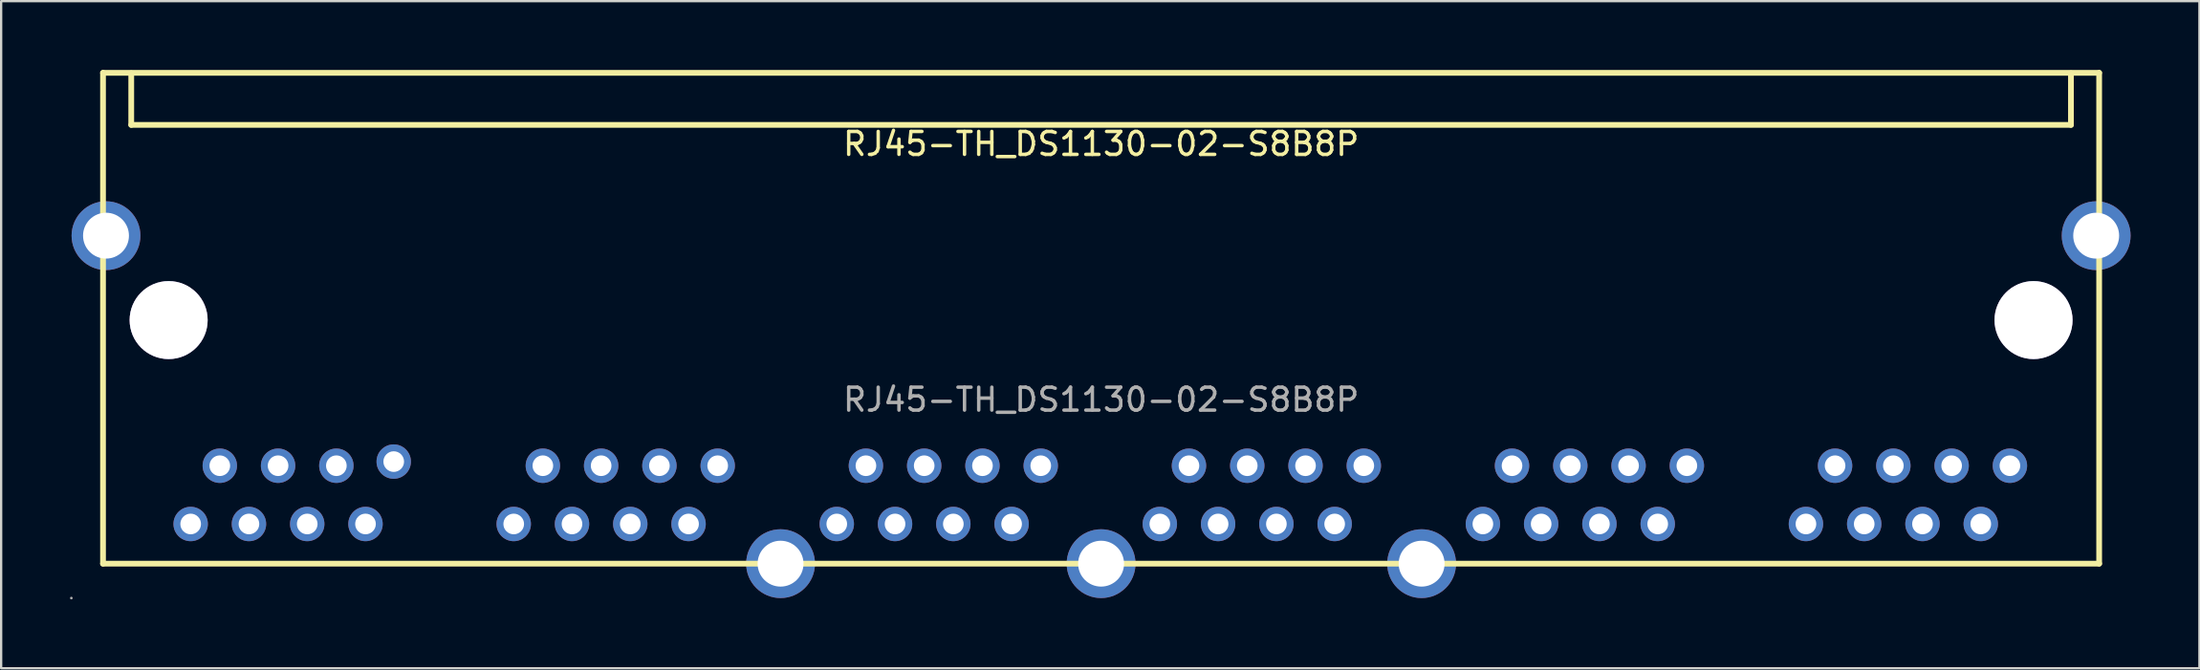
<source format=kicad_pcb>
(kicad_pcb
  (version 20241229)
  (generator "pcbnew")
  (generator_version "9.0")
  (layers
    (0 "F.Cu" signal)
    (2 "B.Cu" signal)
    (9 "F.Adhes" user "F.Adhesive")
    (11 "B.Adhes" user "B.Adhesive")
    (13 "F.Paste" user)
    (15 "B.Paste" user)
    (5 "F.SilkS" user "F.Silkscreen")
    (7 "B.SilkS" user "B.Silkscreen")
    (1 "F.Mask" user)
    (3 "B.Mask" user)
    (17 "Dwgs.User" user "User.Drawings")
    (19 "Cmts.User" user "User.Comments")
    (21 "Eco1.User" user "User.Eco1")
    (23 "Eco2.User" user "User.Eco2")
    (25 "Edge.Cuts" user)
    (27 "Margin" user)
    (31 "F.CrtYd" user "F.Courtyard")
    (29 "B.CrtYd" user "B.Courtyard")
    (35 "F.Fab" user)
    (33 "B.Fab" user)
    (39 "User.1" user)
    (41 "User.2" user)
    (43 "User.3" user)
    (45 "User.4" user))
  (footprint "RJ45-TH_DS1130-02-S8B8P"
    (layer "F.Cu")
    (at 44.94 14.375)
    (property "Reference" "RJ45-TH_DS1130-02-S8B8P" (at 0 -11.15 0) (layer "F.SilkS") (effects (font (size 1 1) (thickness 0.15))))
    (attr through_hole)
    (fp_line (start -43.5 -14.25) (end -43.5 7.15) (stroke (width 0.25) (type solid)) (layer "F.SilkS"))
    (fp_line (start -43.5 -14.25) (end 43.5 -14.25) (stroke (width 0.25) (type solid)) (layer "F.SilkS"))
    (fp_line (start -42.27 -14.23) (end -42.27 -11.98) (stroke (width 0.25) (type solid)) (layer "F.SilkS"))
    (fp_line (start -42.27 -11.98) (end 42.27 -11.98) (stroke (width 0.25) (type solid)) (layer "F.SilkS"))
    (fp_line (start 42.27 -14.23) (end 42.27 -11.98) (stroke (width 0.25) (type solid)) (layer "F.SilkS"))
    (fp_line (start 43.5 7.15) (end -43.5 7.15) (stroke (width 0.25) (type solid)) (layer "F.SilkS"))
    (fp_line (start 43.5 7.15) (end 43.5 -14.25) (stroke (width 0.25) (type solid)) (layer "F.SilkS"))
    (fp_circle (center -44.88 8.65) (end -44.85 8.65) (stroke (width 0.06) (type solid)) (fill no) (layer "F.Fab"))
    (fp_circle (center -43.38 -7.15) (end -42.93 -7.15) (stroke (width 0.9) (type solid)) (fill no) (layer "F.Fab"))
    (fp_circle (center -40.64 -3.47) (end -39.84 -3.47) (stroke (width 1.6) (type solid)) (fill no) (layer "F.Fab"))
    (fp_circle (center -39.68 5.42) (end -39.5 5.42) (stroke (width 0.35) (type solid)) (fill no) (layer "F.Fab"))
    (fp_circle (center -38.41 2.88) (end -38.23 2.88) (stroke (width 0.35) (type solid)) (fill no) (layer "F.Fab"))
    (fp_circle (center -37.14 5.42) (end -36.96 5.42) (stroke (width 0.35) (type solid)) (fill no) (layer "F.Fab"))
    (fp_circle (center -35.87 2.88) (end -35.69 2.88) (stroke (width 0.35) (type solid)) (fill no) (layer "F.Fab"))
    (fp_circle (center -34.6 5.42) (end -34.42 5.42) (stroke (width 0.35) (type solid)) (fill no) (layer "F.Fab"))
    (fp_circle (center -33.33 2.88) (end -33.15 2.88) (stroke (width 0.35) (type solid)) (fill no) (layer "F.Fab"))
    (fp_circle (center -32.06 5.42) (end -31.88 5.42) (stroke (width 0.35) (type solid)) (fill no) (layer "F.Fab"))
    (fp_circle (center -30.83 2.7) (end -30.65 2.7) (stroke (width 0.35) (type solid)) (fill no) (layer "F.Fab"))
    (fp_circle (center -25.6 5.42) (end -25.42 5.42) (stroke (width 0.35) (type solid)) (fill no) (layer "F.Fab"))
    (fp_circle (center -24.33 2.88) (end -24.15 2.88) (stroke (width 0.35) (type solid)) (fill no) (layer "F.Fab"))
    (fp_circle (center -23.06 5.42) (end -22.88 5.42) (stroke (width 0.35) (type solid)) (fill no) (layer "F.Fab"))
    (fp_circle (center -21.79 2.88) (end -21.61 2.88) (stroke (width 0.35) (type solid)) (fill no) (layer "F.Fab"))
    (fp_circle (center -20.52 5.42) (end -20.34 5.42) (stroke (width 0.35) (type solid)) (fill no) (layer "F.Fab"))
    (fp_circle (center -19.25 2.88) (end -19.07 2.88) (stroke (width 0.35) (type solid)) (fill no) (layer "F.Fab"))
    (fp_circle (center -17.98 5.42) (end -17.8 5.42) (stroke (width 0.35) (type solid)) (fill no) (layer "F.Fab"))
    (fp_circle (center -16.71 2.88) (end -16.53 2.88) (stroke (width 0.35) (type solid)) (fill no) (layer "F.Fab"))
    (fp_circle (center -13.97 7.15) (end -13.52 7.15) (stroke (width 0.9) (type solid)) (fill no) (layer "F.Fab"))
    (fp_circle (center -11.52 5.42) (end -11.34 5.42) (stroke (width 0.35) (type solid)) (fill no) (layer "F.Fab"))
    (fp_circle (center -10.25 2.88) (end -10.07 2.88) (stroke (width 0.35) (type solid)) (fill no) (layer "F.Fab"))
    (fp_circle (center -8.98 5.42) (end -8.8 5.42) (stroke (width 0.35) (type solid)) (fill no) (layer "F.Fab"))
    (fp_circle (center -7.71 2.88) (end -7.53 2.88) (stroke (width 0.35) (type solid)) (fill no) (layer "F.Fab"))
    (fp_circle (center -6.44 5.42) (end -6.26 5.42) (stroke (width 0.35) (type solid)) (fill no) (layer "F.Fab"))
    (fp_circle (center -5.17 2.88) (end -4.99 2.88) (stroke (width 0.35) (type solid)) (fill no) (layer "F.Fab"))
    (fp_circle (center -3.9 5.42) (end -3.72 5.42) (stroke (width 0.35) (type solid)) (fill no) (layer "F.Fab"))
    (fp_circle (center -2.63 2.88) (end -2.45 2.88) (stroke (width 0.35) (type solid)) (fill no) (layer "F.Fab"))
    (fp_circle (center 0 7.15) (end 0.45 7.15) (stroke (width 0.9) (type solid)) (fill no) (layer "F.Fab"))
    (fp_circle (center 2.56 5.42) (end 2.74 5.42) (stroke (width 0.35) (type solid)) (fill no) (layer "F.Fab"))
    (fp_circle (center 3.83 2.88) (end 4.01 2.88) (stroke (width 0.35) (type solid)) (fill no) (layer "F.Fab"))
    (fp_circle (center 5.1 5.42) (end 5.28 5.42) (stroke (width 0.35) (type solid)) (fill no) (layer "F.Fab"))
    (fp_circle (center 6.37 2.88) (end 6.55 2.88) (stroke (width 0.35) (type solid)) (fill no) (layer "F.Fab"))
    (fp_circle (center 7.64 5.42) (end 7.82 5.42) (stroke (width 0.35) (type solid)) (fill no) (layer "F.Fab"))
    (fp_circle (center 8.91 2.88) (end 9.09 2.88) (stroke (width 0.35) (type solid)) (fill no) (layer "F.Fab"))
    (fp_circle (center 10.18 5.42) (end 10.36 5.42) (stroke (width 0.35) (type solid)) (fill no) (layer "F.Fab"))
    (fp_circle (center 11.45 2.88) (end 11.63 2.88) (stroke (width 0.35) (type solid)) (fill no) (layer "F.Fab"))
    (fp_circle (center 13.97 7.15) (end 14.42 7.15) (stroke (width 0.9) (type solid)) (fill no) (layer "F.Fab"))
    (fp_circle (center 16.64 5.42) (end 16.82 5.42) (stroke (width 0.35) (type solid)) (fill no) (layer "F.Fab"))
    (fp_circle (center 17.91 2.88) (end 18.09 2.88) (stroke (width 0.35) (type solid)) (fill no) (layer "F.Fab"))
    (fp_circle (center 19.18 5.42) (end 19.36 5.42) (stroke (width 0.35) (type solid)) (fill no) (layer "F.Fab"))
    (fp_circle (center 20.45 2.88) (end 20.63 2.88) (stroke (width 0.35) (type solid)) (fill no) (layer "F.Fab"))
    (fp_circle (center 21.72 5.42) (end 21.9 5.42) (stroke (width 0.35) (type solid)) (fill no) (layer "F.Fab"))
    (fp_circle (center 22.99 2.88) (end 23.17 2.88) (stroke (width 0.35) (type solid)) (fill no) (layer "F.Fab"))
    (fp_circle (center 24.26 5.42) (end 24.44 5.42) (stroke (width 0.35) (type solid)) (fill no) (layer "F.Fab"))
    (fp_circle (center 25.53 2.88) (end 25.71 2.88) (stroke (width 0.35) (type solid)) (fill no) (layer "F.Fab"))
    (fp_circle (center 30.72 5.42) (end 30.9 5.42) (stroke (width 0.35) (type solid)) (fill no) (layer "F.Fab"))
    (fp_circle (center 31.99 2.88) (end 32.17 2.88) (stroke (width 0.35) (type solid)) (fill no) (layer "F.Fab"))
    (fp_circle (center 33.26 5.42) (end 33.44 5.42) (stroke (width 0.35) (type solid)) (fill no) (layer "F.Fab"))
    (fp_circle (center 34.53 2.88) (end 34.71 2.88) (stroke (width 0.35) (type solid)) (fill no) (layer "F.Fab"))
    (fp_circle (center 35.8 5.42) (end 35.98 5.42) (stroke (width 0.35) (type solid)) (fill no) (layer "F.Fab"))
    (fp_circle (center 37.07 2.88) (end 37.25 2.88) (stroke (width 0.35) (type solid)) (fill no) (layer "F.Fab"))
    (fp_circle (center 38.34 5.42) (end 38.52 5.42) (stroke (width 0.35) (type solid)) (fill no) (layer "F.Fab"))
    (fp_circle (center 39.61 2.88) (end 39.79 2.88) (stroke (width 0.35) (type solid)) (fill no) (layer "F.Fab"))
    (fp_circle (center 40.64 -3.47) (end 41.44 -3.47) (stroke (width 1.6) (type solid)) (fill no) (layer "F.Fab"))
    (fp_circle (center 43.38 -7.15) (end 43.83 -7.15) (stroke (width 0.9) (type solid)) (fill no) (layer "F.Fab"))
    (fp_text user "${REFERENCE}" (at 0 0 0) (layer "F.Fab") (effects (font (size 1 1) (thickness 0.15))))
    (pad "" thru_hole circle (at -40.64 -3.47) (size 3.4 3.4) (drill 3.4) (layers "*.Cu" "*.Mask"))
    (pad "" thru_hole circle (at 40.64 -3.47) (size 3.4 3.4) (drill 3.4) (layers "*.Cu" "*.Mask"))
    (pad "0" thru_hole circle (at -43.37 -7.15) (size 3 3) (drill 2) (layers "*.Cu" "*.Paste" "*.Mask"))
    (pad "0" thru_hole circle (at -13.97 7.15) (size 3 3) (drill 2) (layers "*.Cu" "*.Paste" "*.Mask"))
    (pad "0" thru_hole circle (at 0 7.15) (size 3 3) (drill 2) (layers "*.Cu" "*.Paste" "*.Mask"))
    (pad "0" thru_hole circle (at 13.97 7.15) (size 3 3) (drill 2) (layers "*.Cu" "*.Paste" "*.Mask"))
    (pad "0" thru_hole circle (at 43.37 -7.15) (size 3 3) (drill 2) (layers "*.Cu" "*.Paste" "*.Mask"))
    (pad "1" thru_hole circle (at -39.68 5.42) (size 1.5 1.5) (drill 0.9) (layers "*.Cu" "*.Paste" "*.Mask"))
    (pad "2" thru_hole circle (at -38.41 2.88) (size 1.5 1.5) (drill 0.9) (layers "*.Cu" "*.Paste" "*.Mask"))
    (pad "3" thru_hole circle (at -37.14 5.42) (size 1.5 1.5) (drill 0.9) (layers "*.Cu" "*.Paste" "*.Mask"))
    (pad "4" thru_hole circle (at -35.87 2.88) (size 1.5 1.5) (drill 0.9) (layers "*.Cu" "*.Paste" "*.Mask"))
    (pad "5" thru_hole circle (at -34.6 5.42) (size 1.5 1.5) (drill 0.9) (layers "*.Cu" "*.Paste" "*.Mask"))
    (pad "6" thru_hole circle (at -33.33 2.88) (size 1.5 1.5) (drill 0.9) (layers "*.Cu" "*.Paste" "*.Mask"))
    (pad "7" thru_hole circle (at -32.06 5.42) (size 1.5 1.5) (drill 0.9) (layers "*.Cu" "*.Paste" "*.Mask"))
    (pad "8" thru_hole circle (at -30.83 2.7) (size 1.5 1.5) (drill 0.9) (layers "*.Cu" "*.Paste" "*.Mask"))
    (pad "9" thru_hole circle (at -25.6 5.42) (size 1.5 1.5) (drill 0.9) (layers "*.Cu" "*.Paste" "*.Mask"))
    (pad "10" thru_hole circle (at -24.33 2.88) (size 1.5 1.5) (drill 0.9) (layers "*.Cu" "*.Paste" "*.Mask"))
    (pad "11" thru_hole circle (at -23.06 5.42) (size 1.5 1.5) (drill 0.9) (layers "*.Cu" "*.Paste" "*.Mask"))
    (pad "12" thru_hole circle (at -21.79 2.88) (size 1.5 1.5) (drill 0.9) (layers "*.Cu" "*.Paste" "*.Mask"))
    (pad "13" thru_hole circle (at -20.52 5.42) (size 1.5 1.5) (drill 0.9) (layers "*.Cu" "*.Paste" "*.Mask"))
    (pad "14" thru_hole circle (at -19.25 2.88) (size 1.5 1.5) (drill 0.9) (layers "*.Cu" "*.Paste" "*.Mask"))
    (pad "15" thru_hole circle (at -17.98 5.42) (size 1.5 1.5) (drill 0.9) (layers "*.Cu" "*.Paste" "*.Mask"))
    (pad "16" thru_hole circle (at -16.71 2.88) (size 1.5 1.5) (drill 0.9) (layers "*.Cu" "*.Paste" "*.Mask"))
    (pad "17" thru_hole circle (at -11.52 5.42) (size 1.5 1.5) (drill 0.9) (layers "*.Cu" "*.Paste" "*.Mask"))
    (pad "18" thru_hole circle (at -10.25 2.88) (size 1.5 1.5) (drill 0.9) (layers "*.Cu" "*.Paste" "*.Mask"))
    (pad "19" thru_hole circle (at -8.98 5.42) (size 1.5 1.5) (drill 0.9) (layers "*.Cu" "*.Paste" "*.Mask"))
    (pad "20" thru_hole circle (at -7.71 2.88) (size 1.5 1.5) (drill 0.9) (layers "*.Cu" "*.Paste" "*.Mask"))
    (pad "21" thru_hole circle (at -6.44 5.42) (size 1.5 1.5) (drill 0.9) (layers "*.Cu" "*.Paste" "*.Mask"))
    (pad "22" thru_hole circle (at -5.17 2.88) (size 1.5 1.5) (drill 0.9) (layers "*.Cu" "*.Paste" "*.Mask"))
    (pad "23" thru_hole circle (at -3.9 5.42) (size 1.5 1.5) (drill 0.9) (layers "*.Cu" "*.Paste" "*.Mask"))
    (pad "24" thru_hole circle (at -2.63 2.88) (size 1.5 1.5) (drill 0.9) (layers "*.Cu" "*.Paste" "*.Mask"))
    (pad "25" thru_hole circle (at 2.56 5.42) (size 1.5 1.5) (drill 0.9) (layers "*.Cu" "*.Paste" "*.Mask"))
    (pad "26" thru_hole circle (at 3.83 2.88) (size 1.5 1.5) (drill 0.9) (layers "*.Cu" "*.Paste" "*.Mask"))
    (pad "27" thru_hole circle (at 5.1 5.42) (size 1.5 1.5) (drill 0.9) (layers "*.Cu" "*.Paste" "*.Mask"))
    (pad "28" thru_hole circle (at 6.37 2.88) (size 1.5 1.5) (drill 0.9) (layers "*.Cu" "*.Paste" "*.Mask"))
    (pad "29" thru_hole circle (at 7.64 5.42) (size 1.5 1.5) (drill 0.9) (layers "*.Cu" "*.Paste" "*.Mask"))
    (pad "30" thru_hole circle (at 8.91 2.88) (size 1.5 1.5) (drill 0.9) (layers "*.Cu" "*.Paste" "*.Mask"))
    (pad "31" thru_hole circle (at 10.18 5.42) (size 1.5 1.5) (drill 0.9) (layers "*.Cu" "*.Paste" "*.Mask"))
    (pad "32" thru_hole circle (at 11.45 2.88) (size 1.5 1.5) (drill 0.9) (layers "*.Cu" "*.Paste" "*.Mask"))
    (pad "33" thru_hole circle (at 16.64 5.42) (size 1.5 1.5) (drill 0.9) (layers "*.Cu" "*.Paste" "*.Mask"))
    (pad "34" thru_hole circle (at 17.91 2.88) (size 1.5 1.5) (drill 0.9) (layers "*.Cu" "*.Paste" "*.Mask"))
    (pad "35" thru_hole circle (at 19.18 5.42) (size 1.5 1.5) (drill 0.9) (layers "*.Cu" "*.Paste" "*.Mask"))
    (pad "36" thru_hole circle (at 20.45 2.88) (size 1.5 1.5) (drill 0.9) (layers "*.Cu" "*.Paste" "*.Mask"))
    (pad "37" thru_hole circle (at 21.72 5.42) (size 1.5 1.5) (drill 0.9) (layers "*.Cu" "*.Paste" "*.Mask"))
    (pad "38" thru_hole circle (at 22.99 2.88) (size 1.5 1.5) (drill 0.9) (layers "*.Cu" "*.Paste" "*.Mask"))
    (pad "39" thru_hole circle (at 24.26 5.42) (size 1.5 1.5) (drill 0.9) (layers "*.Cu" "*.Paste" "*.Mask"))
    (pad "40" thru_hole circle (at 25.53 2.88) (size 1.5 1.5) (drill 0.9) (layers "*.Cu" "*.Paste" "*.Mask"))
    (pad "41" thru_hole circle (at 30.72 5.42) (size 1.5 1.5) (drill 0.9) (layers "*.Cu" "*.Paste" "*.Mask"))
    (pad "42" thru_hole circle (at 31.99 2.88) (size 1.5 1.5) (drill 0.9) (layers "*.Cu" "*.Paste" "*.Mask"))
    (pad "43" thru_hole circle (at 33.26 5.42) (size 1.5 1.5) (drill 0.9) (layers "*.Cu" "*.Paste" "*.Mask"))
    (pad "44" thru_hole circle (at 34.53 2.88) (size 1.5 1.5) (drill 0.9) (layers "*.Cu" "*.Paste" "*.Mask"))
    (pad "45" thru_hole circle (at 35.8 5.42) (size 1.5 1.5) (drill 0.9) (layers "*.Cu" "*.Paste" "*.Mask"))
    (pad "46" thru_hole circle (at 37.07 2.88) (size 1.5 1.5) (drill 0.9) (layers "*.Cu" "*.Paste" "*.Mask"))
    (pad "47" thru_hole circle (at 38.34 5.42) (size 1.5 1.5) (drill 0.9) (layers "*.Cu" "*.Paste" "*.Mask"))
    (pad "48" thru_hole circle (at 39.61 2.88) (size 1.5 1.5) (drill 0.9) (layers "*.Cu" "*.Paste" "*.Mask")))
  (gr_rect
    (start -3 -3)
    (end 92.81 26.085)
    (stroke (width 0.1) (type default))
    (fill no)
    (layer "Edge.Cuts")))
</source>
